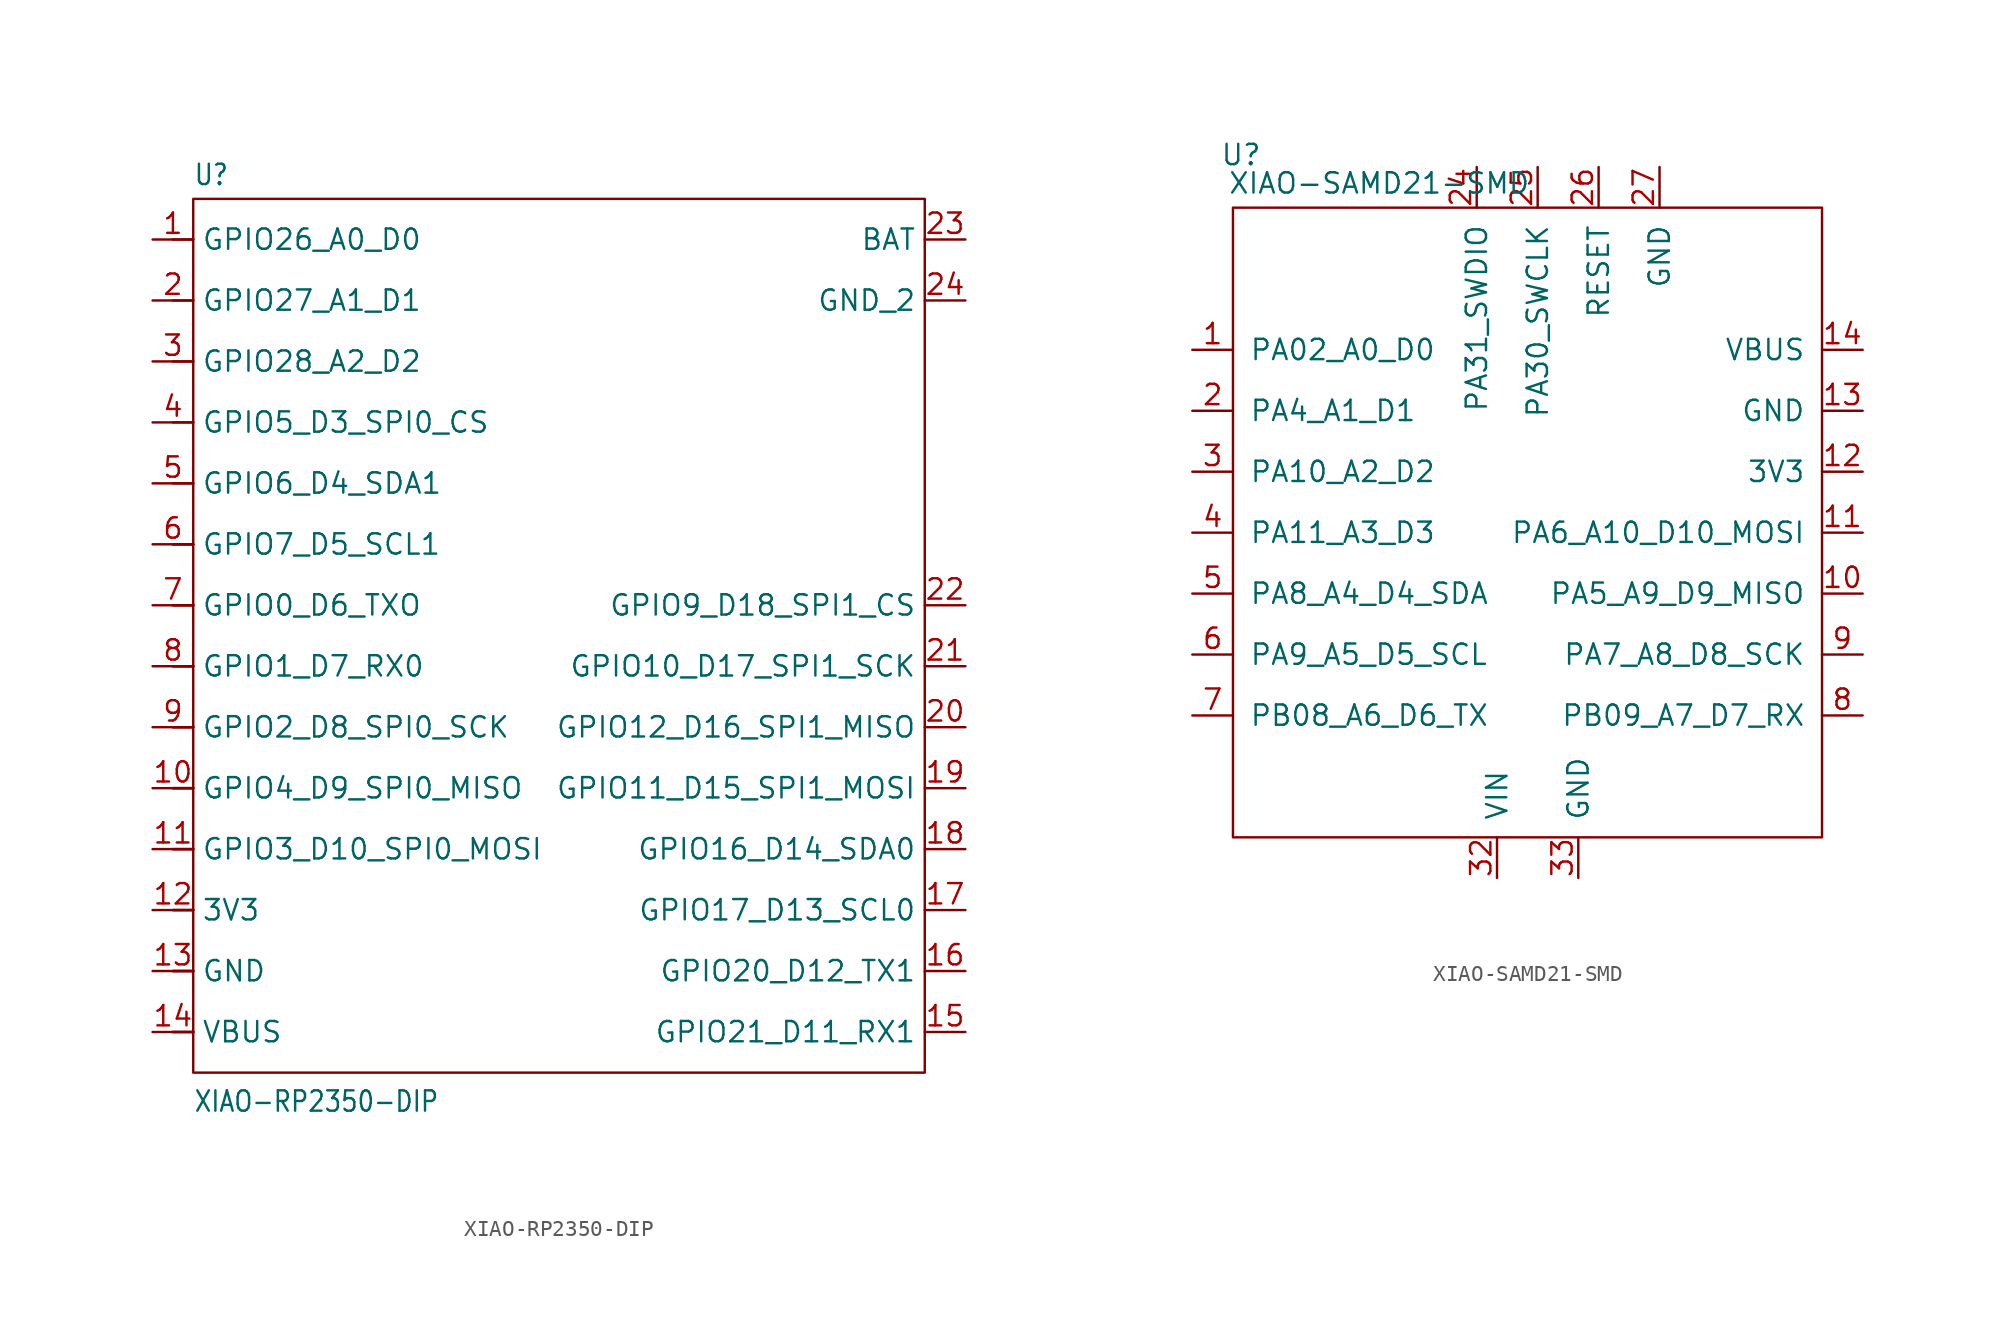
<source format=kicad_sym>
(kicad_symbol_lib
  (version 20241209)
  (generator "kicad_symbol_editor")
  (generator_version "9.0")
  (symbol "XIAO-RP2350-DIP"
    (property "Reference" "U"
      (at -21.59 26.162 0)
      (effects (font (size 1.27 1.079)) (justify left bottom)))
    (property "Value" "XIAO-RP2350-DIP"
      (at -21.59 -31.75 0)
      (effects (font (size 1.27 1.079)) (justify left bottom)))
    (symbol "XIAO-RP2350-DIP_0_1"
      (rectangle (start -21.59 25.4) (end 24.13 -29.21) (stroke (width 0) (type default)) (fill (type none))))
    (symbol "XIAO-RP2350-DIP_1_0"
      (polyline (pts (xy -22.86 -3.81) (xy -21.59 -3.81)) (stroke (width 0.152) (type solid)) (fill (type none)))
      (polyline (pts (xy -22.86 -3.81) (xy -21.59 -3.81)) (stroke (width 0.152) (type solid)) (fill (type none)))
      (polyline (pts (xy -22.86 -7.62) (xy -21.59 -7.62)) (stroke (width 0.152) (type solid)) (fill (type none)))
      (polyline (pts (xy -22.86 -7.62) (xy -21.59 -7.62)) (stroke (width 0.152) (type solid)) (fill (type none)))
      (polyline (pts (xy -22.86 -11.43) (xy -21.59 -11.43)) (stroke (width 0.152) (type solid)) (fill (type none)))
      (polyline (pts (xy -22.86 -11.43) (xy -21.59 -11.43)) (stroke (width 0.152) (type solid)) (fill (type none)))
      (polyline (pts (xy -22.86 -15.24) (xy -21.59 -15.24)) (stroke (width 0.152) (type solid)) (fill (type none)))
      (polyline (pts (xy -22.86 -15.24) (xy -21.59 -15.24)) (stroke (width 0.152) (type solid)) (fill (type none)))
      (polyline (pts (xy -22.86 -19.05) (xy -21.59 -19.05)) (stroke (width 0.152) (type solid)) (fill (type none)))
      (polyline (pts (xy -22.86 -19.05) (xy -21.59 -19.05)) (stroke (width 0.152) (type solid)) (fill (type none)))
      (polyline (pts (xy -22.86 -22.86) (xy -21.59 -22.86)) (stroke (width 0.152) (type solid)) (fill (type none)))
      (polyline (pts (xy -22.86 -22.86) (xy -21.59 -22.86)) (stroke (width 0.152) (type solid)) (fill (type none)))
      (polyline (pts (xy -22.86 -26.67) (xy -21.59 -26.67)) (stroke (width 0.152) (type solid)) (fill (type none)))
      (polyline (pts (xy -22.86 -26.67) (xy -21.59 -26.67)) (stroke (width 0.152) (type solid)) (fill (type none)))
      (polyline (pts (xy -21.59 22.86) (xy -22.86 22.86)) (stroke (width 0.152) (type solid)) (fill (type none)))
      (polyline (pts (xy -21.59 19.05) (xy -22.86 19.05)) (stroke (width 0.152) (type solid)) (fill (type none)))
      (polyline (pts (xy -21.59 15.24) (xy -22.86 15.24)) (stroke (width 0.152) (type solid)) (fill (type none)))
      (polyline (pts (xy -21.59 11.43) (xy -22.86 11.43)) (stroke (width 0.152) (type solid)) (fill (type none)))
      (polyline (pts (xy -21.59 7.62) (xy -22.86 7.62)) (stroke (width 0.152) (type solid)) (fill (type none)))
      (polyline (pts (xy -21.59 3.81) (xy -22.86 3.81)) (stroke (width 0.152) (type solid)) (fill (type none)))
      (polyline (pts (xy -21.59 3.81) (xy -22.86 3.81)) (stroke (width 0.152) (type solid)) (fill (type none)))
      (polyline (pts (xy -21.59 0) (xy -22.86 0)) (stroke (width 0.152) (type solid)) (fill (type none)))
      (polyline (pts (xy -21.59 0) (xy -22.86 0)) (stroke (width 0.152) (type solid)) (fill (type none)))
      (pin passive line (at -24.13 22.86 0) (length 2.54) (name "GPIO26_A0_D0" (effects (font (size 1.27 1.27)))) (number "1" (effects (font (size 1.27 1.27)))))
      (pin passive line (at -24.13 19.05 0) (length 2.54) (name "GPIO27_A1_D1" (effects (font (size 1.27 1.27)))) (number "2" (effects (font (size 1.27 1.27)))))
      (pin passive line (at -24.13 15.24 0) (length 2.54) (name "GPIO28_A2_D2" (effects (font (size 1.27 1.27)))) (number "3" (effects (font (size 1.27 1.27)))))
      (pin passive line (at -24.13 11.43 0) (length 2.54) (name "GPIO5_D3_SPI0_CS" (effects (font (size 1.27 1.27)))) (number "4" (effects (font (size 1.27 1.27)))))
      (pin passive line (at -24.13 7.62 0) (length 2.54) (name "GPIO6_D4_SDA1" (effects (font (size 1.27 1.27)))) (number "5" (effects (font (size 1.27 1.27)))))
      (pin passive line (at -24.13 3.81 0) (length 2.54) (name "GPIO7_D5_SCL1" (effects (font (size 1.27 1.27)))) (number "6" (effects (font (size 1.27 1.27)))))
      (pin passive line (at -24.13 0 0) (length 2.54) (name "GPIO0_D6_TXO" (effects (font (size 1.27 1.27)))) (number "7" (effects (font (size 1.27 1.27)))))
      (pin passive line (at -24.13 -3.81 0) (length 2.54) (name "GPIO1_D7_RX0" (effects (font (size 1.27 1.27)))) (number "8" (effects (font (size 1.27 1.27)))))
      (pin passive line (at -24.13 -7.62 0) (length 2.54) (name "GPIO2_D8_SPI0_SCK" (effects (font (size 1.27 1.27)))) (number "9" (effects (font (size 1.27 1.27)))))
      (pin passive line (at -24.13 -11.43 0) (length 2.54) (name "GPIO4_D9_SPI0_MISO" (effects (font (size 1.27 1.27)))) (number "10" (effects (font (size 1.27 1.27)))))
      (pin passive line (at -24.13 -15.24 0) (length 2.54) (name "GPIO3_D10_SPI0_MOSI" (effects (font (size 1.27 1.27)))) (number "11" (effects (font (size 1.27 1.27)))))
      (pin passive line (at -24.13 -19.05 0) (length 2.54) (name "3V3" (effects (font (size 1.27 1.27)))) (number "12" (effects (font (size 1.27 1.27)))))
      (pin passive line (at -24.13 -22.86 0) (length 2.54) (name "GND" (effects (font (size 1.27 1.27)))) (number "13" (effects (font (size 1.27 1.27)))))
      (pin passive line (at -24.13 -26.67 0) (length 2.54) (name "VBUS" (effects (font (size 1.27 1.27)))) (number "14" (effects (font (size 1.27 1.27))))))
    (symbol "XIAO-RP2350-DIP_1_1"
      (pin passive line (at 26.67 22.86 180) (length 2.54) (name "BAT" (effects (font (size 1.27 1.27)))) (number "23" (effects (font (size 1.27 1.27)))))
      (pin passive line (at 26.67 19.05 180) (length 2.54) (name "GND_2" (effects (font (size 1.27 1.27)))) (number "24" (effects (font (size 1.27 1.27)))))
      (pin passive line (at 26.67 0 180) (length 2.54) (name "GPIO9_D18_SPI1_CS" (effects (font (size 1.27 1.27)))) (number "22" (effects (font (size 1.27 1.27)))))
      (pin passive line (at 26.67 -3.81 180) (length 2.54) (name "GPIO10_D17_SPI1_SCK" (effects (font (size 1.27 1.27)))) (number "21" (effects (font (size 1.27 1.27)))))
      (pin passive line (at 26.67 -7.62 180) (length 2.54) (name "GPIO12_D16_SPI1_MISO" (effects (font (size 1.27 1.27)))) (number "20" (effects (font (size 1.27 1.27)))))
      (pin passive line (at 26.67 -11.43 180) (length 2.54) (name "GPIO11_D15_SPI1_MOSI" (effects (font (size 1.27 1.27)))) (number "19" (effects (font (size 1.27 1.27)))))
      (pin passive line (at 26.67 -15.24 180) (length 2.54) (name "GPIO16_D14_SDA0" (effects (font (size 1.27 1.27)))) (number "18" (effects (font (size 1.27 1.27)))))
      (pin passive line (at 26.67 -19.05 180) (length 2.54) (name "GPIO17_D13_SCL0" (effects (font (size 1.27 1.27)))) (number "17" (effects (font (size 1.27 1.27)))))
      (pin passive line (at 26.67 -22.86 180) (length 2.54) (name "GPIO20_D12_TX1" (effects (font (size 1.27 1.27)))) (number "16" (effects (font (size 1.27 1.27)))))
      (pin passive line (at 26.67 -26.67 180) (length 2.54) (name "GPIO21_D11_RX1" (effects (font (size 1.27 1.27)))) (number "15" (effects (font (size 1.27 1.27)))))))
  (symbol "XIAO-SAMD21-SMD"
    (pin_names
      (offset 1.016))
    (property "Reference" "U"
      (at -18.542 23.622 0)
      (effects (font (size 1.27 1.27))))
    (property "Value" "XIAO-SAMD21-SMD"
      (at -9.906 21.844 0)
      (effects (font (size 1.27 1.27))))
    (symbol "XIAO-SAMD21-SMD_0_1"
      (rectangle (start -19.05 20.32) (end 17.78 -19.05) (stroke (width 0) (type default)) (fill (type none))))
    (symbol "XIAO-SAMD21-SMD_1_1"
      (pin passive line (at -21.59 11.43 0) (length 2.54) (name "PA02_A0_D0" (effects (font (size 1.27 1.27)))) (number "1" (effects (font (size 1.27 1.27)))))
      (pin passive line (at -21.59 7.62 0) (length 2.54) (name "PA4_A1_D1" (effects (font (size 1.27 1.27)))) (number "2" (effects (font (size 1.27 1.27)))))
      (pin passive line (at -21.59 3.81 0) (length 2.54) (name "PA10_A2_D2" (effects (font (size 1.27 1.27)))) (number "3" (effects (font (size 1.27 1.27)))))
      (pin passive line (at -21.59 0 0) (length 2.54) (name "PA11_A3_D3" (effects (font (size 1.27 1.27)))) (number "4" (effects (font (size 1.27 1.27)))))
      (pin passive line (at -21.59 -3.81 0) (length 2.54) (name "PA8_A4_D4_SDA" (effects (font (size 1.27 1.27)))) (number "5" (effects (font (size 1.27 1.27)))))
      (pin passive line (at -21.59 -7.62 0) (length 2.54) (name "PA9_A5_D5_SCL" (effects (font (size 1.27 1.27)))) (number "6" (effects (font (size 1.27 1.27)))))
      (pin passive line (at -21.59 -11.43 0) (length 2.54) (name "PB08_A6_D6_TX" (effects (font (size 1.27 1.27)))) (number "7" (effects (font (size 1.27 1.27)))))
      (pin passive line (at -3.81 22.86 270) (length 2.54) (name "PA31_SWDIO" (effects (font (size 1.27 1.27)))) (number "24" (effects (font (size 1.27 1.27)))))
      (pin passive line (at -2.54 -21.59 90) (length 2.54) (name "VIN" (effects (font (size 1.27 1.27)))) (number "32" (effects (font (size 1.27 1.27)))))
      (pin passive line (at 0 22.86 270) (length 2.54) (name "PA30_SWCLK" (effects (font (size 1.27 1.27)))) (number "25" (effects (font (size 1.27 1.27)))))
      (pin passive line (at 2.54 -21.59 90) (length 2.54) (name "GND" (effects (font (size 1.27 1.27)))) (number "33" (effects (font (size 1.27 1.27)))))
      (pin passive line (at 3.81 22.86 270) (length 2.54) (name "RESET" (effects (font (size 1.27 1.27)))) (number "26" (effects (font (size 1.27 1.27)))))
      (pin passive line (at 7.62 22.86 270) (length 2.54) (name "GND" (effects (font (size 1.27 1.27)))) (number "27" (effects (font (size 1.27 1.27)))))
      (pin passive line (at 20.32 11.43 180) (length 2.54) (name "VBUS" (effects (font (size 1.27 1.27)))) (number "14" (effects (font (size 1.27 1.27)))))
      (pin passive line (at 20.32 7.62 180) (length 2.54) (name "GND" (effects (font (size 1.27 1.27)))) (number "13" (effects (font (size 1.27 1.27)))))
      (pin passive line (at 20.32 3.81 180) (length 2.54) (name "3V3" (effects (font (size 1.27 1.27)))) (number "12" (effects (font (size 1.27 1.27)))))
      (pin passive line (at 20.32 0 180) (length 2.54) (name "PA6_A10_D10_MOSI" (effects (font (size 1.27 1.27)))) (number "11" (effects (font (size 1.27 1.27)))))
      (pin passive line (at 20.32 -3.81 180) (length 2.54) (name "PA5_A9_D9_MISO" (effects (font (size 1.27 1.27)))) (number "10" (effects (font (size 1.27 1.27)))))
      (pin passive line (at 20.32 -7.62 180) (length 2.54) (name "PA7_A8_D8_SCK" (effects (font (size 1.27 1.27)))) (number "9" (effects (font (size 1.27 1.27)))))
      (pin passive line (at 20.32 -11.43 180) (length 2.54) (name "PB09_A7_D7_RX" (effects (font (size 1.27 1.27)))) (number "8" (effects (font (size 1.27 1.27))))))))
</source>
